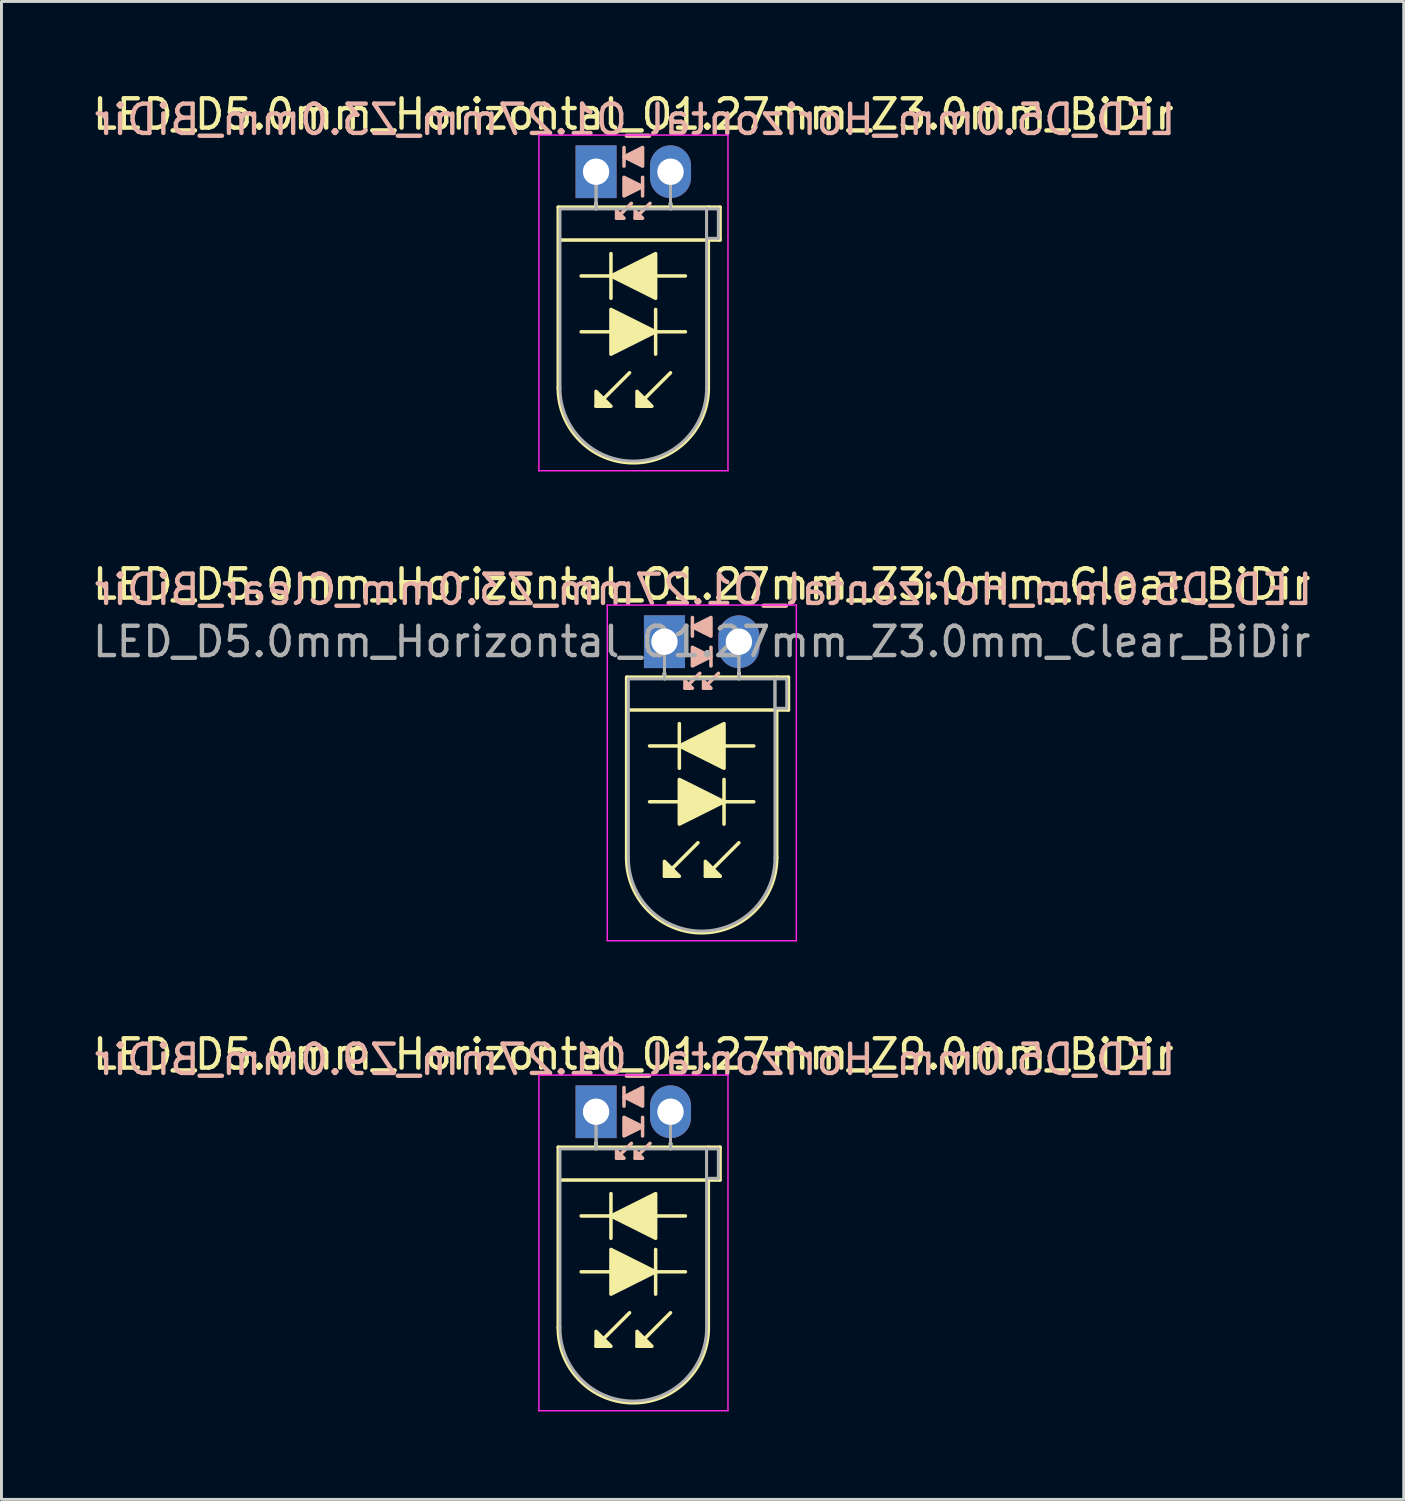
<source format=kicad_pcb>
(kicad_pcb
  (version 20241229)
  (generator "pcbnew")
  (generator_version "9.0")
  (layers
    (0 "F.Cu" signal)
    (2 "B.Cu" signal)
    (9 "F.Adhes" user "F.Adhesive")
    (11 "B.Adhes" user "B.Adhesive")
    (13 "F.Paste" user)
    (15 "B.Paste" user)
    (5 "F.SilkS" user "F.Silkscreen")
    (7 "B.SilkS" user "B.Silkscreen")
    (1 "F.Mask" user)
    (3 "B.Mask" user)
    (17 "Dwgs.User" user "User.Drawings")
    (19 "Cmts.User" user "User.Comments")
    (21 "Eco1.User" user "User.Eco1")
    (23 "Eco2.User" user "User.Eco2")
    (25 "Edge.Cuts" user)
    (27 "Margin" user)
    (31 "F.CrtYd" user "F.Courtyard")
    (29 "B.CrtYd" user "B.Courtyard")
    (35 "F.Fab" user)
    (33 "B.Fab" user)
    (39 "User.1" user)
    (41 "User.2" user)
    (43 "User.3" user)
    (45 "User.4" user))
  (footprint "LED_D5.0mm_Horizontal_O1.27mm_Z3.0mm_BiDir"
    (layer "F.Cu")
    (at 17.284 2.808)
    (property "Reference" "LED_D5.0mm_Horizontal_O1.27mm_Z3.0mm_BiDir" (at 1.27 -1.96 0) (layer "F.SilkS") (effects (font (size 1 1) (thickness 0.15))))
    (fp_line (start -1.29 1.21) (end -1.29 7.37) (stroke (width 0.12) (type solid)) (layer "F.SilkS"))
    (fp_line (start -1.29 1.21) (end 3.83 1.21) (stroke (width 0.12) (type solid)) (layer "F.SilkS"))
    (fp_line (start -0.508 5.461) (end 0.508 5.461) (stroke (width 0.12) (type solid)) (layer "F.SilkS"))
    (fp_line (start 0 1.08) (end 0 1.08) (stroke (width 0.12) (type solid)) (layer "F.SilkS"))
    (fp_line (start 0 1.08) (end 0 1.21) (stroke (width 0.12) (type solid)) (layer "F.SilkS"))
    (fp_line (start 0 1.21) (end 0 1.08) (stroke (width 0.12) (type solid)) (layer "F.SilkS"))
    (fp_line (start 0 1.21) (end 0 1.21) (stroke (width 0.12) (type solid)) (layer "F.SilkS"))
    (fp_line (start 0.508 2.794) (end 0.508 4.318) (stroke (width 0.12) (type solid)) (layer "F.SilkS"))
    (fp_line (start 0.508 3.556) (end -0.508 3.556) (stroke (width 0.12) (type solid)) (layer "F.SilkS"))
    (fp_line (start 1.143 6.858) (end 0 8.001) (stroke (width 0.12) (type solid)) (layer "F.SilkS"))
    (fp_line (start 2.032 5.461) (end 3.048 5.461) (stroke (width 0.12) (type solid)) (layer "F.SilkS"))
    (fp_line (start 2.032 6.223) (end 2.032 4.699) (stroke (width 0.12) (type solid)) (layer "F.SilkS"))
    (fp_line (start 2.54 1.08) (end 2.54 1.08) (stroke (width 0.12) (type solid)) (layer "F.SilkS"))
    (fp_line (start 2.54 1.08) (end 2.54 1.21) (stroke (width 0.12) (type solid)) (layer "F.SilkS"))
    (fp_line (start 2.54 1.21) (end 2.54 1.08) (stroke (width 0.12) (type solid)) (layer "F.SilkS"))
    (fp_line (start 2.54 1.21) (end 2.54 1.21) (stroke (width 0.12) (type solid)) (layer "F.SilkS"))
    (fp_line (start 2.54 6.858) (end 1.397 8.001) (stroke (width 0.12) (type solid)) (layer "F.SilkS"))
    (fp_line (start 3.048 3.556) (end 2.032 3.556) (stroke (width 0.12) (type solid)) (layer "F.SilkS"))
    (fp_line (start 3.83 1.21) (end 4.23 1.21) (stroke (width 0.12) (type solid)) (layer "F.SilkS"))
    (fp_line (start 3.83 2.33) (end 3.83 7.37) (stroke (width 0.12) (type solid)) (layer "F.SilkS"))
    (fp_line (start 4.23 1.21) (end 4.23 2.33) (stroke (width 0.12) (type solid)) (layer "F.SilkS"))
    (fp_line (start 4.23 2.33) (end -1.27 2.33) (stroke (width 0.12) (type solid)) (layer "F.SilkS"))
    (fp_arc (start 3.83 7.37) (mid 1.27 9.93) (end -1.29 7.37) (stroke (width 0.12) (type solid)) (layer "F.SilkS"))
    (fp_poly (pts (xy 0 7.493) (xy 0.508 8.001) (xy 0 8.001)) (stroke (width 0.12) (type solid)) (fill yes) (layer "F.SilkS"))
    (fp_poly (pts (xy 0.508 4.699) (xy 2.032 5.461) (xy 0.508 6.223)) (stroke (width 0.12) (type solid)) (fill yes) (layer "F.SilkS"))
    (fp_poly (pts (xy 1.397 7.493) (xy 1.905 8.001) (xy 1.397 8.001)) (stroke (width 0.12) (type solid)) (fill yes) (layer "F.SilkS"))
    (fp_poly (pts (xy 2.032 4.318) (xy 0.508 3.556) (xy 2.032 2.794)) (stroke (width 0.12) (type solid)) (fill yes) (layer "F.SilkS"))
    (fp_line (start 0.953 -0.826) (end 0.953 -0.191) (stroke (width 0.12) (type solid)) (layer "B.SilkS"))
    (fp_line (start 1.206 1.079) (end 0.699 1.587) (stroke (width 0.12) (type solid)) (layer "B.SilkS"))
    (fp_line (start 1.587 0.826) (end 1.587 0.191) (stroke (width 0.12) (type solid)) (layer "B.SilkS"))
    (fp_line (start 1.841 1.079) (end 1.333 1.587) (stroke (width 0.12) (type solid)) (layer "B.SilkS"))
    (fp_poly (pts (xy 0.699 1.333) (xy 0.953 1.587) (xy 0.699 1.587)) (stroke (width 0.12) (type solid)) (fill yes) (layer "B.SilkS"))
    (fp_poly (pts (xy 0.953 0.191) (xy 1.587 0.508) (xy 0.953 0.826)) (stroke (width 0.12) (type solid)) (fill yes) (layer "B.SilkS"))
    (fp_poly (pts (xy 1.333 1.333) (xy 1.587 1.587) (xy 1.333 1.587)) (stroke (width 0.12) (type solid)) (fill yes) (layer "B.SilkS"))
    (fp_poly (pts (xy 1.587 -0.191) (xy 0.953 -0.508) (xy 1.587 -0.826)) (stroke (width 0.12) (type solid)) (fill yes) (layer "B.SilkS"))
    (fp_line (start -1.95 -1.25) (end -1.95 10.2) (stroke (width 0.05) (type solid)) (layer "F.CrtYd"))
    (fp_line (start -1.95 10.2) (end 4.5 10.2) (stroke (width 0.05) (type solid)) (layer "F.CrtYd"))
    (fp_line (start 4.5 -1.25) (end -1.95 -1.25) (stroke (width 0.05) (type solid)) (layer "F.CrtYd"))
    (fp_line (start 4.5 10.2) (end 4.5 -1.25) (stroke (width 0.05) (type solid)) (layer "F.CrtYd"))
    (fp_line (start -1.23 1.27) (end -1.23 7.37) (stroke (width 0.1) (type solid)) (layer "F.Fab"))
    (fp_line (start -1.23 1.27) (end 3.77 1.27) (stroke (width 0.1) (type solid)) (layer "F.Fab"))
    (fp_line (start 0 0) (end 0 0) (stroke (width 0.1) (type solid)) (layer "F.Fab"))
    (fp_line (start 0 0) (end 0 1.27) (stroke (width 0.1) (type solid)) (layer "F.Fab"))
    (fp_line (start 0 1.27) (end 0 0) (stroke (width 0.1) (type solid)) (layer "F.Fab"))
    (fp_line (start 0 1.27) (end 0 1.27) (stroke (width 0.1) (type solid)) (layer "F.Fab"))
    (fp_line (start 2.54 0) (end 2.54 0) (stroke (width 0.1) (type solid)) (layer "F.Fab"))
    (fp_line (start 2.54 0) (end 2.54 1.27) (stroke (width 0.1) (type solid)) (layer "F.Fab"))
    (fp_line (start 2.54 1.27) (end 2.54 0) (stroke (width 0.1) (type solid)) (layer "F.Fab"))
    (fp_line (start 2.54 1.27) (end 2.54 1.27) (stroke (width 0.1) (type solid)) (layer "F.Fab"))
    (fp_line (start 3.77 1.27) (end 3.77 7.37) (stroke (width 0.1) (type solid)) (layer "F.Fab"))
    (fp_line (start 3.77 1.27) (end 4.17 1.27) (stroke (width 0.1) (type solid)) (layer "F.Fab"))
    (fp_line (start 3.77 2.27) (end 3.77 1.27) (stroke (width 0.1) (type solid)) (layer "F.Fab"))
    (fp_line (start 4.17 1.27) (end 4.17 2.27) (stroke (width 0.1) (type solid)) (layer "F.Fab"))
    (fp_line (start 4.17 2.27) (end 3.77 2.27) (stroke (width 0.1) (type solid)) (layer "F.Fab"))
    (fp_arc (start 3.77 7.37) (mid 1.27 9.87) (end -1.23 7.37) (stroke (width 0.1) (type solid)) (layer "F.Fab"))
    (fp_text user "${REFERENCE}" (at 1.333 -1.778 0) (layer "B.SilkS") (effects (font (size 1 1) (thickness 0.15)) (justify mirror)))
    (pad "1" thru_hole rect (at 0 0) (size 1.4 1.8) (drill 0.9) (layers "*.Cu" "*.Mask"))
    (pad "2" thru_hole oval (at 2.54 0) (size 1.4 1.8) (drill 0.9) (layers "*.Cu" "*.Mask")))
  (footprint "LED_D5.0mm_Horizontal_O1.27mm_Z3.0mm_Clear_BiDir"
    (layer "F.Cu")
    (at 19.617 18.841)
    (property "Reference" "LED_D5.0mm_Horizontal_O1.27mm_Z3.0mm_Clear_BiDir" (at 1.27 -1.96 0) (layer "F.SilkS") (effects (font (size 1 1) (thickness 0.15))))
    (fp_line (start -1.29 1.21) (end -1.29 7.37) (stroke (width 0.12) (type solid)) (layer "F.SilkS"))
    (fp_line (start -1.29 1.21) (end 3.83 1.21) (stroke (width 0.12) (type solid)) (layer "F.SilkS"))
    (fp_line (start -0.508 5.461) (end 0.508 5.461) (stroke (width 0.12) (type solid)) (layer "F.SilkS"))
    (fp_line (start 0 1.08) (end 0 1.08) (stroke (width 0.12) (type solid)) (layer "F.SilkS"))
    (fp_line (start 0 1.08) (end 0 1.21) (stroke (width 0.12) (type solid)) (layer "F.SilkS"))
    (fp_line (start 0 1.21) (end 0 1.08) (stroke (width 0.12) (type solid)) (layer "F.SilkS"))
    (fp_line (start 0 1.21) (end 0 1.21) (stroke (width 0.12) (type solid)) (layer "F.SilkS"))
    (fp_line (start 0.508 2.794) (end 0.508 4.318) (stroke (width 0.12) (type solid)) (layer "F.SilkS"))
    (fp_line (start 0.508 3.556) (end -0.508 3.556) (stroke (width 0.12) (type solid)) (layer "F.SilkS"))
    (fp_line (start 1.143 6.858) (end 0 8.001) (stroke (width 0.12) (type solid)) (layer "F.SilkS"))
    (fp_line (start 2.032 5.461) (end 3.048 5.461) (stroke (width 0.12) (type solid)) (layer "F.SilkS"))
    (fp_line (start 2.032 6.223) (end 2.032 4.699) (stroke (width 0.12) (type solid)) (layer "F.SilkS"))
    (fp_line (start 2.54 1.08) (end 2.54 1.08) (stroke (width 0.12) (type solid)) (layer "F.SilkS"))
    (fp_line (start 2.54 1.08) (end 2.54 1.21) (stroke (width 0.12) (type solid)) (layer "F.SilkS"))
    (fp_line (start 2.54 1.21) (end 2.54 1.08) (stroke (width 0.12) (type solid)) (layer "F.SilkS"))
    (fp_line (start 2.54 1.21) (end 2.54 1.21) (stroke (width 0.12) (type solid)) (layer "F.SilkS"))
    (fp_line (start 2.54 6.858) (end 1.397 8.001) (stroke (width 0.12) (type solid)) (layer "F.SilkS"))
    (fp_line (start 3.048 3.556) (end 2.032 3.556) (stroke (width 0.12) (type solid)) (layer "F.SilkS"))
    (fp_line (start 3.83 1.21) (end 4.23 1.21) (stroke (width 0.12) (type solid)) (layer "F.SilkS"))
    (fp_line (start 3.83 2.33) (end 3.83 7.37) (stroke (width 0.12) (type solid)) (layer "F.SilkS"))
    (fp_line (start 4.23 1.21) (end 4.23 2.33) (stroke (width 0.12) (type solid)) (layer "F.SilkS"))
    (fp_line (start 4.23 2.33) (end -1.27 2.33) (stroke (width 0.12) (type solid)) (layer "F.SilkS"))
    (fp_arc (start 3.83 7.37) (mid 1.27 9.93) (end -1.29 7.37) (stroke (width 0.12) (type solid)) (layer "F.SilkS"))
    (fp_poly (pts (xy 0 7.493) (xy 0.508 8.001) (xy 0 8.001)) (stroke (width 0.12) (type solid)) (fill yes) (layer "F.SilkS"))
    (fp_poly (pts (xy 0.508 4.699) (xy 2.032 5.461) (xy 0.508 6.223)) (stroke (width 0.12) (type solid)) (fill yes) (layer "F.SilkS"))
    (fp_poly (pts (xy 1.397 7.493) (xy 1.905 8.001) (xy 1.397 8.001)) (stroke (width 0.12) (type solid)) (fill yes) (layer "F.SilkS"))
    (fp_poly (pts (xy 2.032 4.318) (xy 0.508 3.556) (xy 2.032 2.794)) (stroke (width 0.12) (type solid)) (fill yes) (layer "F.SilkS"))
    (fp_line (start 0.953 -0.826) (end 0.953 -0.191) (stroke (width 0.12) (type solid)) (layer "B.SilkS"))
    (fp_line (start 1.206 1.079) (end 0.699 1.587) (stroke (width 0.12) (type solid)) (layer "B.SilkS"))
    (fp_line (start 1.587 0.826) (end 1.587 0.191) (stroke (width 0.12) (type solid)) (layer "B.SilkS"))
    (fp_line (start 1.841 1.079) (end 1.333 1.587) (stroke (width 0.12) (type solid)) (layer "B.SilkS"))
    (fp_poly (pts (xy 0.699 1.333) (xy 0.953 1.587) (xy 0.699 1.587)) (stroke (width 0.12) (type solid)) (fill yes) (layer "B.SilkS"))
    (fp_poly (pts (xy 0.953 0.191) (xy 1.587 0.508) (xy 0.953 0.826)) (stroke (width 0.12) (type solid)) (fill yes) (layer "B.SilkS"))
    (fp_poly (pts (xy 1.333 1.333) (xy 1.587 1.587) (xy 1.333 1.587)) (stroke (width 0.12) (type solid)) (fill yes) (layer "B.SilkS"))
    (fp_poly (pts (xy 1.587 -0.191) (xy 0.953 -0.508) (xy 1.587 -0.826)) (stroke (width 0.12) (type solid)) (fill yes) (layer "B.SilkS"))
    (fp_line (start -1.95 -1.25) (end -1.95 10.2) (stroke (width 0.05) (type solid)) (layer "F.CrtYd"))
    (fp_line (start -1.95 10.2) (end 4.5 10.2) (stroke (width 0.05) (type solid)) (layer "F.CrtYd"))
    (fp_line (start 4.5 -1.25) (end -1.95 -1.25) (stroke (width 0.05) (type solid)) (layer "F.CrtYd"))
    (fp_line (start 4.5 10.2) (end 4.5 -1.25) (stroke (width 0.05) (type solid)) (layer "F.CrtYd"))
    (fp_line (start -1.23 1.27) (end -1.23 7.37) (stroke (width 0.1) (type solid)) (layer "F.Fab"))
    (fp_line (start -1.23 1.27) (end 3.77 1.27) (stroke (width 0.1) (type solid)) (layer "F.Fab"))
    (fp_line (start 0 0) (end 0 0) (stroke (width 0.1) (type solid)) (layer "F.Fab"))
    (fp_line (start 0 0) (end 0 1.27) (stroke (width 0.1) (type solid)) (layer "F.Fab"))
    (fp_line (start 0 1.27) (end 0 0) (stroke (width 0.1) (type solid)) (layer "F.Fab"))
    (fp_line (start 0 1.27) (end 0 1.27) (stroke (width 0.1) (type solid)) (layer "F.Fab"))
    (fp_line (start 2.54 0) (end 2.54 0) (stroke (width 0.1) (type solid)) (layer "F.Fab"))
    (fp_line (start 2.54 0) (end 2.54 1.27) (stroke (width 0.1) (type solid)) (layer "F.Fab"))
    (fp_line (start 2.54 1.27) (end 2.54 0) (stroke (width 0.1) (type solid)) (layer "F.Fab"))
    (fp_line (start 2.54 1.27) (end 2.54 1.27) (stroke (width 0.1) (type solid)) (layer "F.Fab"))
    (fp_line (start 3.77 1.27) (end 3.77 7.37) (stroke (width 0.1) (type solid)) (layer "F.Fab"))
    (fp_line (start 3.77 1.27) (end 4.17 1.27) (stroke (width 0.1) (type solid)) (layer "F.Fab"))
    (fp_line (start 3.77 2.27) (end 3.77 1.27) (stroke (width 0.1) (type solid)) (layer "F.Fab"))
    (fp_line (start 4.17 1.27) (end 4.17 2.27) (stroke (width 0.1) (type solid)) (layer "F.Fab"))
    (fp_line (start 4.17 2.27) (end 3.77 2.27) (stroke (width 0.1) (type solid)) (layer "F.Fab"))
    (fp_arc (start 3.77 7.37) (mid 1.27 9.87) (end -1.23 7.37) (stroke (width 0.1) (type solid)) (layer "F.Fab"))
    (fp_text user "${REFERENCE}" (at 1.333 -1.778 0) (layer "B.SilkS") (effects (font (size 1 1) (thickness 0.15)) (justify mirror)))
    (fp_text user "${REFERENCE}" (at 1.27 0 0) (layer "F.Fab") (effects (font (size 1 1) (thickness 0.15))))
    (pad "1" thru_hole rect (at 0 0) (size 1.4 1.8) (drill 0.9) (layers "*.Cu" "*.Mask"))
    (pad "2" thru_hole oval (at 2.54 0) (size 1.4 1.8) (drill 0.9) (layers "*.Cu" "*.Mask")))
  (footprint "LED_D5.0mm_Horizontal_O1.27mm_Z9.0mm_BiDir"
    (layer "F.Cu")
    (at 17.284 34.875)
    (property "Reference" "LED_D5.0mm_Horizontal_O1.27mm_Z9.0mm_BiDir" (at 1.27 -1.96 0) (layer "F.SilkS") (effects (font (size 1 1) (thickness 0.15))))
    (fp_line (start -1.29 1.21) (end -1.29 7.37) (stroke (width 0.12) (type solid)) (layer "F.SilkS"))
    (fp_line (start -1.29 1.21) (end 3.83 1.21) (stroke (width 0.12) (type solid)) (layer "F.SilkS"))
    (fp_line (start -0.508 5.461) (end 0.508 5.461) (stroke (width 0.12) (type solid)) (layer "F.SilkS"))
    (fp_line (start 0 1.08) (end 0 1.08) (stroke (width 0.12) (type solid)) (layer "F.SilkS"))
    (fp_line (start 0 1.08) (end 0 1.21) (stroke (width 0.12) (type solid)) (layer "F.SilkS"))
    (fp_line (start 0 1.21) (end 0 1.08) (stroke (width 0.12) (type solid)) (layer "F.SilkS"))
    (fp_line (start 0 1.21) (end 0 1.21) (stroke (width 0.12) (type solid)) (layer "F.SilkS"))
    (fp_line (start 0.508 2.794) (end 0.508 4.318) (stroke (width 0.12) (type solid)) (layer "F.SilkS"))
    (fp_line (start 0.508 3.556) (end -0.508 3.556) (stroke (width 0.12) (type solid)) (layer "F.SilkS"))
    (fp_line (start 1.143 6.858) (end 0 8.001) (stroke (width 0.12) (type solid)) (layer "F.SilkS"))
    (fp_line (start 2.032 5.461) (end 3.048 5.461) (stroke (width 0.12) (type solid)) (layer "F.SilkS"))
    (fp_line (start 2.032 6.223) (end 2.032 4.699) (stroke (width 0.12) (type solid)) (layer "F.SilkS"))
    (fp_line (start 2.54 1.08) (end 2.54 1.08) (stroke (width 0.12) (type solid)) (layer "F.SilkS"))
    (fp_line (start 2.54 1.08) (end 2.54 1.21) (stroke (width 0.12) (type solid)) (layer "F.SilkS"))
    (fp_line (start 2.54 1.21) (end 2.54 1.08) (stroke (width 0.12) (type solid)) (layer "F.SilkS"))
    (fp_line (start 2.54 1.21) (end 2.54 1.21) (stroke (width 0.12) (type solid)) (layer "F.SilkS"))
    (fp_line (start 2.54 6.858) (end 1.397 8.001) (stroke (width 0.12) (type solid)) (layer "F.SilkS"))
    (fp_line (start 3.048 3.556) (end 2.032 3.556) (stroke (width 0.12) (type solid)) (layer "F.SilkS"))
    (fp_line (start 3.83 1.21) (end 4.23 1.21) (stroke (width 0.12) (type solid)) (layer "F.SilkS"))
    (fp_line (start 3.83 2.33) (end 3.83 7.37) (stroke (width 0.12) (type solid)) (layer "F.SilkS"))
    (fp_line (start 4.23 1.21) (end 4.23 2.33) (stroke (width 0.12) (type solid)) (layer "F.SilkS"))
    (fp_line (start 4.23 2.33) (end -1.27 2.33) (stroke (width 0.12) (type solid)) (layer "F.SilkS"))
    (fp_arc (start 3.83 7.37) (mid 1.27 9.93) (end -1.29 7.37) (stroke (width 0.12) (type solid)) (layer "F.SilkS"))
    (fp_poly (pts (xy 0 7.493) (xy 0.508 8.001) (xy 0 8.001)) (stroke (width 0.12) (type solid)) (fill yes) (layer "F.SilkS"))
    (fp_poly (pts (xy 0.508 4.699) (xy 2.032 5.461) (xy 0.508 6.223)) (stroke (width 0.12) (type solid)) (fill yes) (layer "F.SilkS"))
    (fp_poly (pts (xy 1.397 7.493) (xy 1.905 8.001) (xy 1.397 8.001)) (stroke (width 0.12) (type solid)) (fill yes) (layer "F.SilkS"))
    (fp_poly (pts (xy 2.032 4.318) (xy 0.508 3.556) (xy 2.032 2.794)) (stroke (width 0.12) (type solid)) (fill yes) (layer "F.SilkS"))
    (fp_line (start 0.953 -0.826) (end 0.953 -0.191) (stroke (width 0.12) (type solid)) (layer "B.SilkS"))
    (fp_line (start 1.206 1.079) (end 0.699 1.587) (stroke (width 0.12) (type solid)) (layer "B.SilkS"))
    (fp_line (start 1.587 0.826) (end 1.587 0.191) (stroke (width 0.12) (type solid)) (layer "B.SilkS"))
    (fp_line (start 1.841 1.079) (end 1.333 1.587) (stroke (width 0.12) (type solid)) (layer "B.SilkS"))
    (fp_poly (pts (xy 0.699 1.333) (xy 0.953 1.587) (xy 0.699 1.587)) (stroke (width 0.12) (type solid)) (fill yes) (layer "B.SilkS"))
    (fp_poly (pts (xy 0.953 0.191) (xy 1.587 0.508) (xy 0.953 0.826)) (stroke (width 0.12) (type solid)) (fill yes) (layer "B.SilkS"))
    (fp_poly (pts (xy 1.333 1.333) (xy 1.587 1.587) (xy 1.333 1.587)) (stroke (width 0.12) (type solid)) (fill yes) (layer "B.SilkS"))
    (fp_poly (pts (xy 1.587 -0.191) (xy 0.953 -0.508) (xy 1.587 -0.826)) (stroke (width 0.12) (type solid)) (fill yes) (layer "B.SilkS"))
    (fp_line (start -1.95 -1.25) (end -1.95 10.2) (stroke (width 0.05) (type solid)) (layer "F.CrtYd"))
    (fp_line (start -1.95 10.2) (end 4.5 10.2) (stroke (width 0.05) (type solid)) (layer "F.CrtYd"))
    (fp_line (start 4.5 -1.25) (end -1.95 -1.25) (stroke (width 0.05) (type solid)) (layer "F.CrtYd"))
    (fp_line (start 4.5 10.2) (end 4.5 -1.25) (stroke (width 0.05) (type solid)) (layer "F.CrtYd"))
    (fp_line (start -1.23 1.27) (end -1.23 7.37) (stroke (width 0.1) (type solid)) (layer "F.Fab"))
    (fp_line (start -1.23 1.27) (end 3.77 1.27) (stroke (width 0.1) (type solid)) (layer "F.Fab"))
    (fp_line (start 0 0) (end 0 0) (stroke (width 0.1) (type solid)) (layer "F.Fab"))
    (fp_line (start 0 0) (end 0 1.27) (stroke (width 0.1) (type solid)) (layer "F.Fab"))
    (fp_line (start 0 1.27) (end 0 0) (stroke (width 0.1) (type solid)) (layer "F.Fab"))
    (fp_line (start 0 1.27) (end 0 1.27) (stroke (width 0.1) (type solid)) (layer "F.Fab"))
    (fp_line (start 2.54 0) (end 2.54 0) (stroke (width 0.1) (type solid)) (layer "F.Fab"))
    (fp_line (start 2.54 0) (end 2.54 1.27) (stroke (width 0.1) (type solid)) (layer "F.Fab"))
    (fp_line (start 2.54 1.27) (end 2.54 0) (stroke (width 0.1) (type solid)) (layer "F.Fab"))
    (fp_line (start 2.54 1.27) (end 2.54 1.27) (stroke (width 0.1) (type solid)) (layer "F.Fab"))
    (fp_line (start 3.77 1.27) (end 3.77 7.37) (stroke (width 0.1) (type solid)) (layer "F.Fab"))
    (fp_line (start 3.77 1.27) (end 4.17 1.27) (stroke (width 0.1) (type solid)) (layer "F.Fab"))
    (fp_line (start 3.77 2.27) (end 3.77 1.27) (stroke (width 0.1) (type solid)) (layer "F.Fab"))
    (fp_line (start 4.17 1.27) (end 4.17 2.27) (stroke (width 0.1) (type solid)) (layer "F.Fab"))
    (fp_line (start 4.17 2.27) (end 3.77 2.27) (stroke (width 0.1) (type solid)) (layer "F.Fab"))
    (fp_arc (start 3.77 7.37) (mid 1.27 9.87) (end -1.23 7.37) (stroke (width 0.1) (type solid)) (layer "F.Fab"))
    (fp_text user "${REFERENCE}" (at 1.333 -1.778 0) (layer "B.SilkS") (effects (font (size 1 1) (thickness 0.15)) (justify mirror)))
    (pad "1" thru_hole rect (at 0 0) (size 1.4 1.8) (drill 0.9) (layers "*.Cu" "*.Mask"))
    (pad "2" thru_hole oval (at 2.54 0) (size 1.4 1.8) (drill 0.9) (layers "*.Cu" "*.Mask")))
  (gr_rect
    (start -3 -3)
    (end 44.837 48.1)
    (stroke (width 0.1) (type default))
    (fill no)
    (layer "Edge.Cuts")))
</source>
